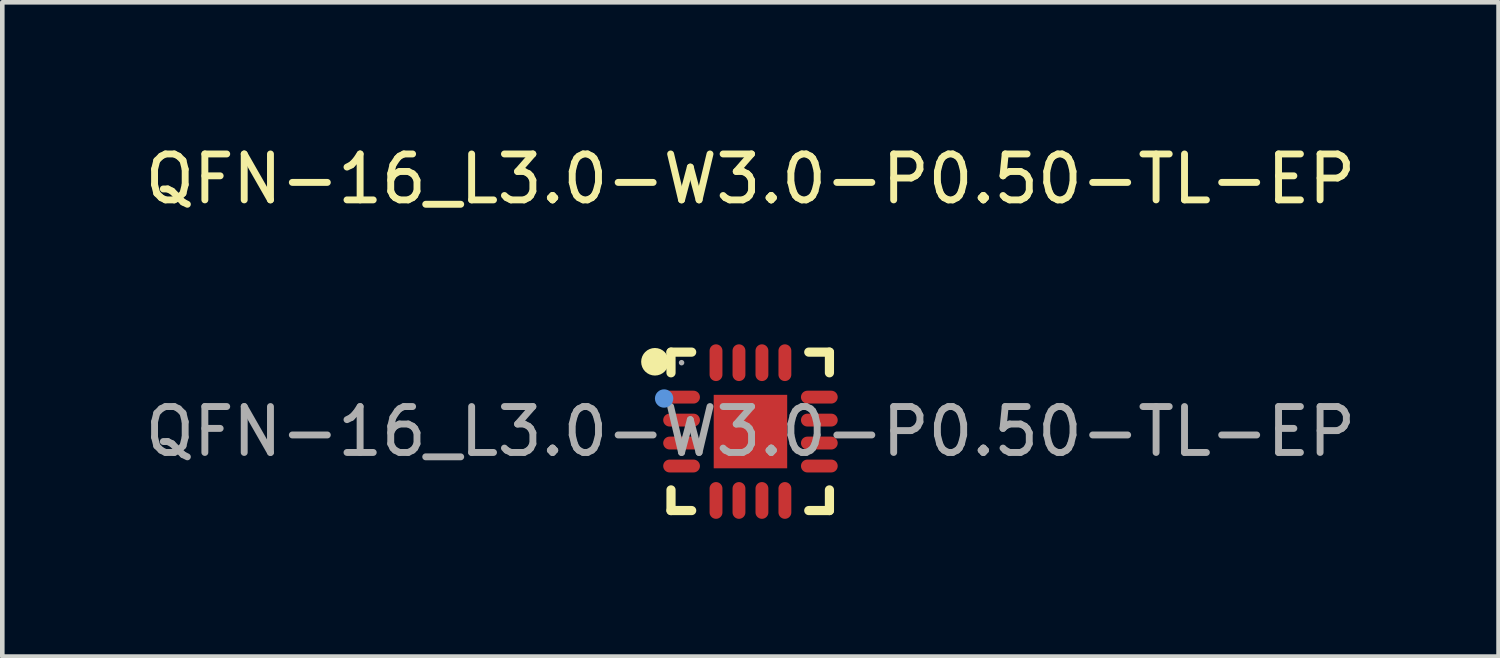
<source format=kicad_pcb>
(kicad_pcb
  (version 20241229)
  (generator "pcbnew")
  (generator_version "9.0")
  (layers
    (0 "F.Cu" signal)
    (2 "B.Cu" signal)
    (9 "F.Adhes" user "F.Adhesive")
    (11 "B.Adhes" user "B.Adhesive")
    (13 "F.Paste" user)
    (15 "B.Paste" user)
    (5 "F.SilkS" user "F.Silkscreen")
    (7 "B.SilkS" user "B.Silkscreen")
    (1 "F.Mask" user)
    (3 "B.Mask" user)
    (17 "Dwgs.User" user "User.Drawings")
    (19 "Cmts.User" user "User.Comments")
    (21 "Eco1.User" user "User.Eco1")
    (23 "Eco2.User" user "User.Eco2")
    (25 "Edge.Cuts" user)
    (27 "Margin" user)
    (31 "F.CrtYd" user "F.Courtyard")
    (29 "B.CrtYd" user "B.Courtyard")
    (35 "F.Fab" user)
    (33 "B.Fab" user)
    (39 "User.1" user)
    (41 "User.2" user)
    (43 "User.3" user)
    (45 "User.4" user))
  (footprint "QFN-16_L3.0-W3.0-P0.50-TL-EP"
    (layer "F.Cu")
    (at 13.292 6.348)
    (property "Reference" "QFN-16_L3.0-W3.0-P0.50-TL-EP" (at 0 -5.5 0) (layer "F.SilkS") (effects (font (size 1 1) (thickness 0.15))))
    (attr through_hole)
    (fp_line (start -1.73 -1.73) (end -1.28 -1.73) (stroke (width 0.2) (type solid)) (layer "F.SilkS"))
    (fp_line (start -1.73 -1.28) (end -1.73 -1.73) (stroke (width 0.2) (type solid)) (layer "F.SilkS"))
    (fp_line (start -1.73 1.72) (end -1.73 1.27) (stroke (width 0.2) (type solid)) (layer "F.SilkS"))
    (fp_line (start -1.28 1.72) (end -1.73 1.72) (stroke (width 0.2) (type solid)) (layer "F.SilkS"))
    (fp_line (start 1.27 -1.73) (end 1.72 -1.73) (stroke (width 0.2) (type solid)) (layer "F.SilkS"))
    (fp_line (start 1.27 1.72) (end 1.72 1.72) (stroke (width 0.2) (type solid)) (layer "F.SilkS"))
    (fp_line (start 1.72 -1.73) (end 1.72 -1.28) (stroke (width 0.2) (type solid)) (layer "F.SilkS"))
    (fp_line (start 1.72 1.72) (end 1.72 1.27) (stroke (width 0.2) (type solid)) (layer "F.SilkS"))
    (fp_arc (start -2.08 -1.52) (mid -2.08 -1.52) (end -2.08 -1.52) (stroke (width 0.3) (type solid)) (layer "F.SilkS"))
    (fp_circle (center -1.88 -0.72) (end -1.78 -0.72) (stroke (width 0.2) (type solid)) (fill no) (layer "Cmts.User"))
    (fp_circle (center -1.5 -1.5) (end -1.47 -1.5) (stroke (width 0.06) (type solid)) (fill no) (layer "F.Fab"))
    (fp_text user "${REFERENCE}" (at 0 0 0) (layer "F.Fab") (effects (font (size 1 1) (thickness 0.15))))
    (pad "1" smd oval (at -1.5 -0.75 90) (size 0.28 0.8) (layers "F.Cu" "F.Mask" "F.Paste"))
    (pad "2" smd oval (at -1.5 -0.25 90) (size 0.28 0.8) (layers "F.Cu" "F.Mask" "F.Paste"))
    (pad "3" smd oval (at -1.5 0.25 90) (size 0.28 0.8) (layers "F.Cu" "F.Mask" "F.Paste"))
    (pad "4" smd oval (at -1.5 0.75 90) (size 0.28 0.8) (layers "F.Cu" "F.Mask" "F.Paste"))
    (pad "5" smd oval (at -0.75 1.5) (size 0.28 0.8) (layers "F.Cu" "F.Mask" "F.Paste"))
    (pad "6" smd oval (at -0.25 1.5) (size 0.28 0.8) (layers "F.Cu" "F.Mask" "F.Paste"))
    (pad "7" smd oval (at 0.25 1.5) (size 0.28 0.8) (layers "F.Cu" "F.Mask" "F.Paste"))
    (pad "8" smd oval (at 0.75 1.5) (size 0.28 0.8) (layers "F.Cu" "F.Mask" "F.Paste"))
    (pad "9" smd oval (at 1.5 0.75 90) (size 0.28 0.8) (layers "F.Cu" "F.Mask" "F.Paste"))
    (pad "10" smd oval (at 1.5 0.25 90) (size 0.28 0.8) (layers "F.Cu" "F.Mask" "F.Paste"))
    (pad "11" smd oval (at 1.5 -0.25 90) (size 0.28 0.8) (layers "F.Cu" "F.Mask" "F.Paste"))
    (pad "12" smd oval (at 1.5 -0.75 90) (size 0.28 0.8) (layers "F.Cu" "F.Mask" "F.Paste"))
    (pad "13" smd oval (at 0.75 -1.5) (size 0.28 0.8) (layers "F.Cu" "F.Mask" "F.Paste"))
    (pad "14" smd oval (at 0.25 -1.5) (size 0.28 0.8) (layers "F.Cu" "F.Mask" "F.Paste"))
    (pad "15" smd oval (at -0.25 -1.5) (size 0.28 0.8) (layers "F.Cu" "F.Mask" "F.Paste"))
    (pad "16" smd oval (at -0.75 -1.5) (size 0.28 0.8) (layers "F.Cu" "F.Mask" "F.Paste"))
    (pad "17" smd rect (at 0 0) (size 1.6 1.6) (layers "F.Cu" "F.Mask" "F.Paste")))
  (gr_rect
    (start -3 -3)
    (end 29.583 11.248)
    (stroke (width 0.1) (type default))
    (fill no)
    (layer "Edge.Cuts")))
</source>
